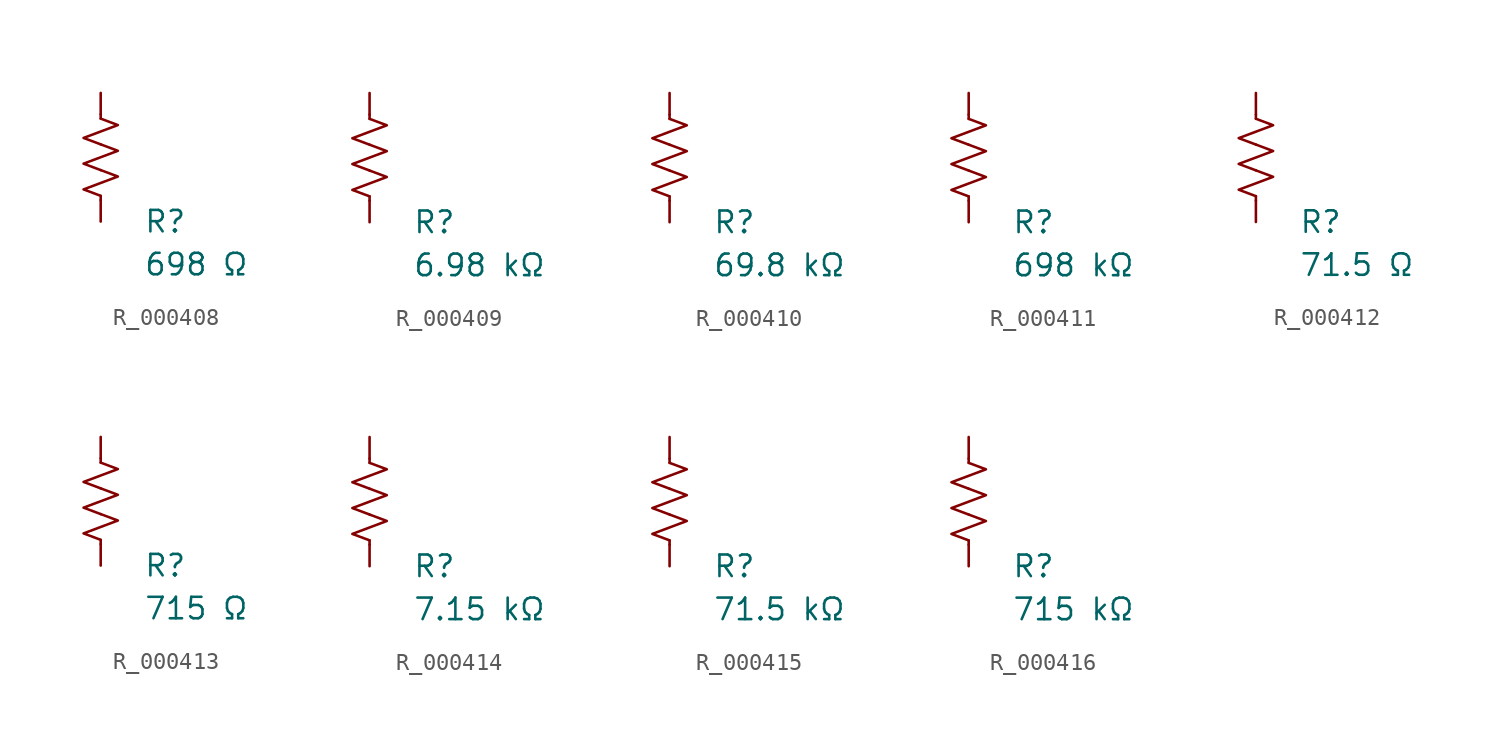
<source format=kicad_sym>
(kicad_symbol_lib
  (version 20231120)
  (generator "kicad_symbol_editor")
  (generator_version "8.0")
  (symbol "R_000408"
    (pin_numbers hide)
    (pin_names
      (offset 0))
    (property "Reference" "R"
      (at 2.54 -3.81 0)
      (effects (font (size 1.27 1.27)) (justify left))
      (show_name no))
    (property "Value" "698 Ω"
      (at 2.54 -6.35 0)
      (effects (font (size 1.27 1.27)) (justify left))
      (show_name no))
    (symbol "R_000408_0_1"
      (polyline (pts (xy 0 -2.286) (xy 0 -2.54)) (stroke (width 0) (type default)) (fill (type none)))
      (polyline (pts (xy 0 2.286) (xy 0 2.54)) (stroke (width 0) (type default)) (fill (type none)))
      (polyline (pts (xy 0 -0.762) (xy 1.016 -1.143) (xy 0 -1.524) (xy -1.016 -1.905) (xy 0 -2.286)) (stroke (width 0) (type default)) (fill (type none)))
      (polyline (pts (xy 0 0.762) (xy 1.016 0.381) (xy 0 0) (xy -1.016 -0.381) (xy 0 -0.762)) (stroke (width 0) (type default)) (fill (type none)))
      (polyline (pts (xy 0 2.286) (xy 1.016 1.905) (xy 0 1.524) (xy -1.016 1.143) (xy 0 0.762)) (stroke (width 0) (type default)) (fill (type none))))
    (symbol "R_000408_1_1"
      (pin passive line (at 0 3.81 270) (length 1.27) (name "~" (effects (font (size 1.27 1.27)))) (number "1" (effects (font (size 1.27 1.27)))))
      (pin passive line (at 0 -3.81 90) (length 1.27) (name "~" (effects (font (size 1.27 1.27)))) (number "2" (effects (font (size 1.27 1.27)))))))
  (symbol "R_000409"
    (pin_numbers hide)
    (pin_names
      (offset 0))
    (property "Reference" "R"
      (at 2.54 -3.81 0)
      (effects (font (size 1.27 1.27)) (justify left))
      (show_name no))
    (property "Value" "6.98 kΩ"
      (at 2.54 -6.35 0)
      (effects (font (size 1.27 1.27)) (justify left))
      (show_name no))
    (symbol "R_000409_0_1"
      (polyline (pts (xy 0 -2.286) (xy 0 -2.54)) (stroke (width 0) (type default)) (fill (type none)))
      (polyline (pts (xy 0 2.286) (xy 0 2.54)) (stroke (width 0) (type default)) (fill (type none)))
      (polyline (pts (xy 0 -0.762) (xy 1.016 -1.143) (xy 0 -1.524) (xy -1.016 -1.905) (xy 0 -2.286)) (stroke (width 0) (type default)) (fill (type none)))
      (polyline (pts (xy 0 0.762) (xy 1.016 0.381) (xy 0 0) (xy -1.016 -0.381) (xy 0 -0.762)) (stroke (width 0) (type default)) (fill (type none)))
      (polyline (pts (xy 0 2.286) (xy 1.016 1.905) (xy 0 1.524) (xy -1.016 1.143) (xy 0 0.762)) (stroke (width 0) (type default)) (fill (type none))))
    (symbol "R_000409_1_1"
      (pin passive line (at 0 3.81 270) (length 1.27) (name "~" (effects (font (size 1.27 1.27)))) (number "1" (effects (font (size 1.27 1.27)))))
      (pin passive line (at 0 -3.81 90) (length 1.27) (name "~" (effects (font (size 1.27 1.27)))) (number "2" (effects (font (size 1.27 1.27)))))))
  (symbol "R_000410"
    (pin_numbers hide)
    (pin_names
      (offset 0))
    (property "Reference" "R"
      (at 2.54 -3.81 0)
      (effects (font (size 1.27 1.27)) (justify left))
      (show_name no))
    (property "Value" "69.8 kΩ"
      (at 2.54 -6.35 0)
      (effects (font (size 1.27 1.27)) (justify left))
      (show_name no))
    (symbol "R_000410_0_1"
      (polyline (pts (xy 0 -2.286) (xy 0 -2.54)) (stroke (width 0) (type default)) (fill (type none)))
      (polyline (pts (xy 0 2.286) (xy 0 2.54)) (stroke (width 0) (type default)) (fill (type none)))
      (polyline (pts (xy 0 -0.762) (xy 1.016 -1.143) (xy 0 -1.524) (xy -1.016 -1.905) (xy 0 -2.286)) (stroke (width 0) (type default)) (fill (type none)))
      (polyline (pts (xy 0 0.762) (xy 1.016 0.381) (xy 0 0) (xy -1.016 -0.381) (xy 0 -0.762)) (stroke (width 0) (type default)) (fill (type none)))
      (polyline (pts (xy 0 2.286) (xy 1.016 1.905) (xy 0 1.524) (xy -1.016 1.143) (xy 0 0.762)) (stroke (width 0) (type default)) (fill (type none))))
    (symbol "R_000410_1_1"
      (pin passive line (at 0 3.81 270) (length 1.27) (name "~" (effects (font (size 1.27 1.27)))) (number "1" (effects (font (size 1.27 1.27)))))
      (pin passive line (at 0 -3.81 90) (length 1.27) (name "~" (effects (font (size 1.27 1.27)))) (number "2" (effects (font (size 1.27 1.27)))))))
  (symbol "R_000411"
    (pin_numbers hide)
    (pin_names
      (offset 0))
    (property "Reference" "R"
      (at 2.54 -3.81 0)
      (effects (font (size 1.27 1.27)) (justify left))
      (show_name no))
    (property "Value" "698 kΩ"
      (at 2.54 -6.35 0)
      (effects (font (size 1.27 1.27)) (justify left))
      (show_name no))
    (symbol "R_000411_0_1"
      (polyline (pts (xy 0 -2.286) (xy 0 -2.54)) (stroke (width 0) (type default)) (fill (type none)))
      (polyline (pts (xy 0 2.286) (xy 0 2.54)) (stroke (width 0) (type default)) (fill (type none)))
      (polyline (pts (xy 0 -0.762) (xy 1.016 -1.143) (xy 0 -1.524) (xy -1.016 -1.905) (xy 0 -2.286)) (stroke (width 0) (type default)) (fill (type none)))
      (polyline (pts (xy 0 0.762) (xy 1.016 0.381) (xy 0 0) (xy -1.016 -0.381) (xy 0 -0.762)) (stroke (width 0) (type default)) (fill (type none)))
      (polyline (pts (xy 0 2.286) (xy 1.016 1.905) (xy 0 1.524) (xy -1.016 1.143) (xy 0 0.762)) (stroke (width 0) (type default)) (fill (type none))))
    (symbol "R_000411_1_1"
      (pin passive line (at 0 3.81 270) (length 1.27) (name "~" (effects (font (size 1.27 1.27)))) (number "1" (effects (font (size 1.27 1.27)))))
      (pin passive line (at 0 -3.81 90) (length 1.27) (name "~" (effects (font (size 1.27 1.27)))) (number "2" (effects (font (size 1.27 1.27)))))))
  (symbol "R_000412"
    (pin_numbers hide)
    (pin_names
      (offset 0))
    (property "Reference" "R"
      (at 2.54 -3.81 0)
      (effects (font (size 1.27 1.27)) (justify left))
      (show_name no))
    (property "Value" "71.5 Ω"
      (at 2.54 -6.35 0)
      (effects (font (size 1.27 1.27)) (justify left))
      (show_name no))
    (symbol "R_000412_0_1"
      (polyline (pts (xy 0 -2.286) (xy 0 -2.54)) (stroke (width 0) (type default)) (fill (type none)))
      (polyline (pts (xy 0 2.286) (xy 0 2.54)) (stroke (width 0) (type default)) (fill (type none)))
      (polyline (pts (xy 0 -0.762) (xy 1.016 -1.143) (xy 0 -1.524) (xy -1.016 -1.905) (xy 0 -2.286)) (stroke (width 0) (type default)) (fill (type none)))
      (polyline (pts (xy 0 0.762) (xy 1.016 0.381) (xy 0 0) (xy -1.016 -0.381) (xy 0 -0.762)) (stroke (width 0) (type default)) (fill (type none)))
      (polyline (pts (xy 0 2.286) (xy 1.016 1.905) (xy 0 1.524) (xy -1.016 1.143) (xy 0 0.762)) (stroke (width 0) (type default)) (fill (type none))))
    (symbol "R_000412_1_1"
      (pin passive line (at 0 3.81 270) (length 1.27) (name "~" (effects (font (size 1.27 1.27)))) (number "1" (effects (font (size 1.27 1.27)))))
      (pin passive line (at 0 -3.81 90) (length 1.27) (name "~" (effects (font (size 1.27 1.27)))) (number "2" (effects (font (size 1.27 1.27)))))))
  (symbol "R_000413"
    (pin_numbers hide)
    (pin_names
      (offset 0))
    (property "Reference" "R"
      (at 2.54 -3.81 0)
      (effects (font (size 1.27 1.27)) (justify left))
      (show_name no))
    (property "Value" "715 Ω"
      (at 2.54 -6.35 0)
      (effects (font (size 1.27 1.27)) (justify left))
      (show_name no))
    (symbol "R_000413_0_1"
      (polyline (pts (xy 0 -2.286) (xy 0 -2.54)) (stroke (width 0) (type default)) (fill (type none)))
      (polyline (pts (xy 0 2.286) (xy 0 2.54)) (stroke (width 0) (type default)) (fill (type none)))
      (polyline (pts (xy 0 -0.762) (xy 1.016 -1.143) (xy 0 -1.524) (xy -1.016 -1.905) (xy 0 -2.286)) (stroke (width 0) (type default)) (fill (type none)))
      (polyline (pts (xy 0 0.762) (xy 1.016 0.381) (xy 0 0) (xy -1.016 -0.381) (xy 0 -0.762)) (stroke (width 0) (type default)) (fill (type none)))
      (polyline (pts (xy 0 2.286) (xy 1.016 1.905) (xy 0 1.524) (xy -1.016 1.143) (xy 0 0.762)) (stroke (width 0) (type default)) (fill (type none))))
    (symbol "R_000413_1_1"
      (pin passive line (at 0 3.81 270) (length 1.27) (name "~" (effects (font (size 1.27 1.27)))) (number "1" (effects (font (size 1.27 1.27)))))
      (pin passive line (at 0 -3.81 90) (length 1.27) (name "~" (effects (font (size 1.27 1.27)))) (number "2" (effects (font (size 1.27 1.27)))))))
  (symbol "R_000414"
    (pin_numbers hide)
    (pin_names
      (offset 0))
    (property "Reference" "R"
      (at 2.54 -3.81 0)
      (effects (font (size 1.27 1.27)) (justify left))
      (show_name no))
    (property "Value" "7.15 kΩ"
      (at 2.54 -6.35 0)
      (effects (font (size 1.27 1.27)) (justify left))
      (show_name no))
    (symbol "R_000414_0_1"
      (polyline (pts (xy 0 -2.286) (xy 0 -2.54)) (stroke (width 0) (type default)) (fill (type none)))
      (polyline (pts (xy 0 2.286) (xy 0 2.54)) (stroke (width 0) (type default)) (fill (type none)))
      (polyline (pts (xy 0 -0.762) (xy 1.016 -1.143) (xy 0 -1.524) (xy -1.016 -1.905) (xy 0 -2.286)) (stroke (width 0) (type default)) (fill (type none)))
      (polyline (pts (xy 0 0.762) (xy 1.016 0.381) (xy 0 0) (xy -1.016 -0.381) (xy 0 -0.762)) (stroke (width 0) (type default)) (fill (type none)))
      (polyline (pts (xy 0 2.286) (xy 1.016 1.905) (xy 0 1.524) (xy -1.016 1.143) (xy 0 0.762)) (stroke (width 0) (type default)) (fill (type none))))
    (symbol "R_000414_1_1"
      (pin passive line (at 0 3.81 270) (length 1.27) (name "~" (effects (font (size 1.27 1.27)))) (number "1" (effects (font (size 1.27 1.27)))))
      (pin passive line (at 0 -3.81 90) (length 1.27) (name "~" (effects (font (size 1.27 1.27)))) (number "2" (effects (font (size 1.27 1.27)))))))
  (symbol "R_000415"
    (pin_numbers hide)
    (pin_names
      (offset 0))
    (property "Reference" "R"
      (at 2.54 -3.81 0)
      (effects (font (size 1.27 1.27)) (justify left))
      (show_name no))
    (property "Value" "71.5 kΩ"
      (at 2.54 -6.35 0)
      (effects (font (size 1.27 1.27)) (justify left))
      (show_name no))
    (symbol "R_000415_0_1"
      (polyline (pts (xy 0 -2.286) (xy 0 -2.54)) (stroke (width 0) (type default)) (fill (type none)))
      (polyline (pts (xy 0 2.286) (xy 0 2.54)) (stroke (width 0) (type default)) (fill (type none)))
      (polyline (pts (xy 0 -0.762) (xy 1.016 -1.143) (xy 0 -1.524) (xy -1.016 -1.905) (xy 0 -2.286)) (stroke (width 0) (type default)) (fill (type none)))
      (polyline (pts (xy 0 0.762) (xy 1.016 0.381) (xy 0 0) (xy -1.016 -0.381) (xy 0 -0.762)) (stroke (width 0) (type default)) (fill (type none)))
      (polyline (pts (xy 0 2.286) (xy 1.016 1.905) (xy 0 1.524) (xy -1.016 1.143) (xy 0 0.762)) (stroke (width 0) (type default)) (fill (type none))))
    (symbol "R_000415_1_1"
      (pin passive line (at 0 3.81 270) (length 1.27) (name "~" (effects (font (size 1.27 1.27)))) (number "1" (effects (font (size 1.27 1.27)))))
      (pin passive line (at 0 -3.81 90) (length 1.27) (name "~" (effects (font (size 1.27 1.27)))) (number "2" (effects (font (size 1.27 1.27)))))))
  (symbol "R_000416"
    (pin_numbers hide)
    (pin_names
      (offset 0))
    (property "Reference" "R"
      (at 2.54 -3.81 0)
      (effects (font (size 1.27 1.27)) (justify left))
      (show_name no))
    (property "Value" "715 kΩ"
      (at 2.54 -6.35 0)
      (effects (font (size 1.27 1.27)) (justify left))
      (show_name no))
    (symbol "R_000416_0_1"
      (polyline (pts (xy 0 -2.286) (xy 0 -2.54)) (stroke (width 0) (type default)) (fill (type none)))
      (polyline (pts (xy 0 2.286) (xy 0 2.54)) (stroke (width 0) (type default)) (fill (type none)))
      (polyline (pts (xy 0 -0.762) (xy 1.016 -1.143) (xy 0 -1.524) (xy -1.016 -1.905) (xy 0 -2.286)) (stroke (width 0) (type default)) (fill (type none)))
      (polyline (pts (xy 0 0.762) (xy 1.016 0.381) (xy 0 0) (xy -1.016 -0.381) (xy 0 -0.762)) (stroke (width 0) (type default)) (fill (type none)))
      (polyline (pts (xy 0 2.286) (xy 1.016 1.905) (xy 0 1.524) (xy -1.016 1.143) (xy 0 0.762)) (stroke (width 0) (type default)) (fill (type none))))
    (symbol "R_000416_1_1"
      (pin passive line (at 0 3.81 270) (length 1.27) (name "~" (effects (font (size 1.27 1.27)))) (number "1" (effects (font (size 1.27 1.27)))))
      (pin passive line (at 0 -3.81 90) (length 1.27) (name "~" (effects (font (size 1.27 1.27)))) (number "2" (effects (font (size 1.27 1.27))))))))
</source>
